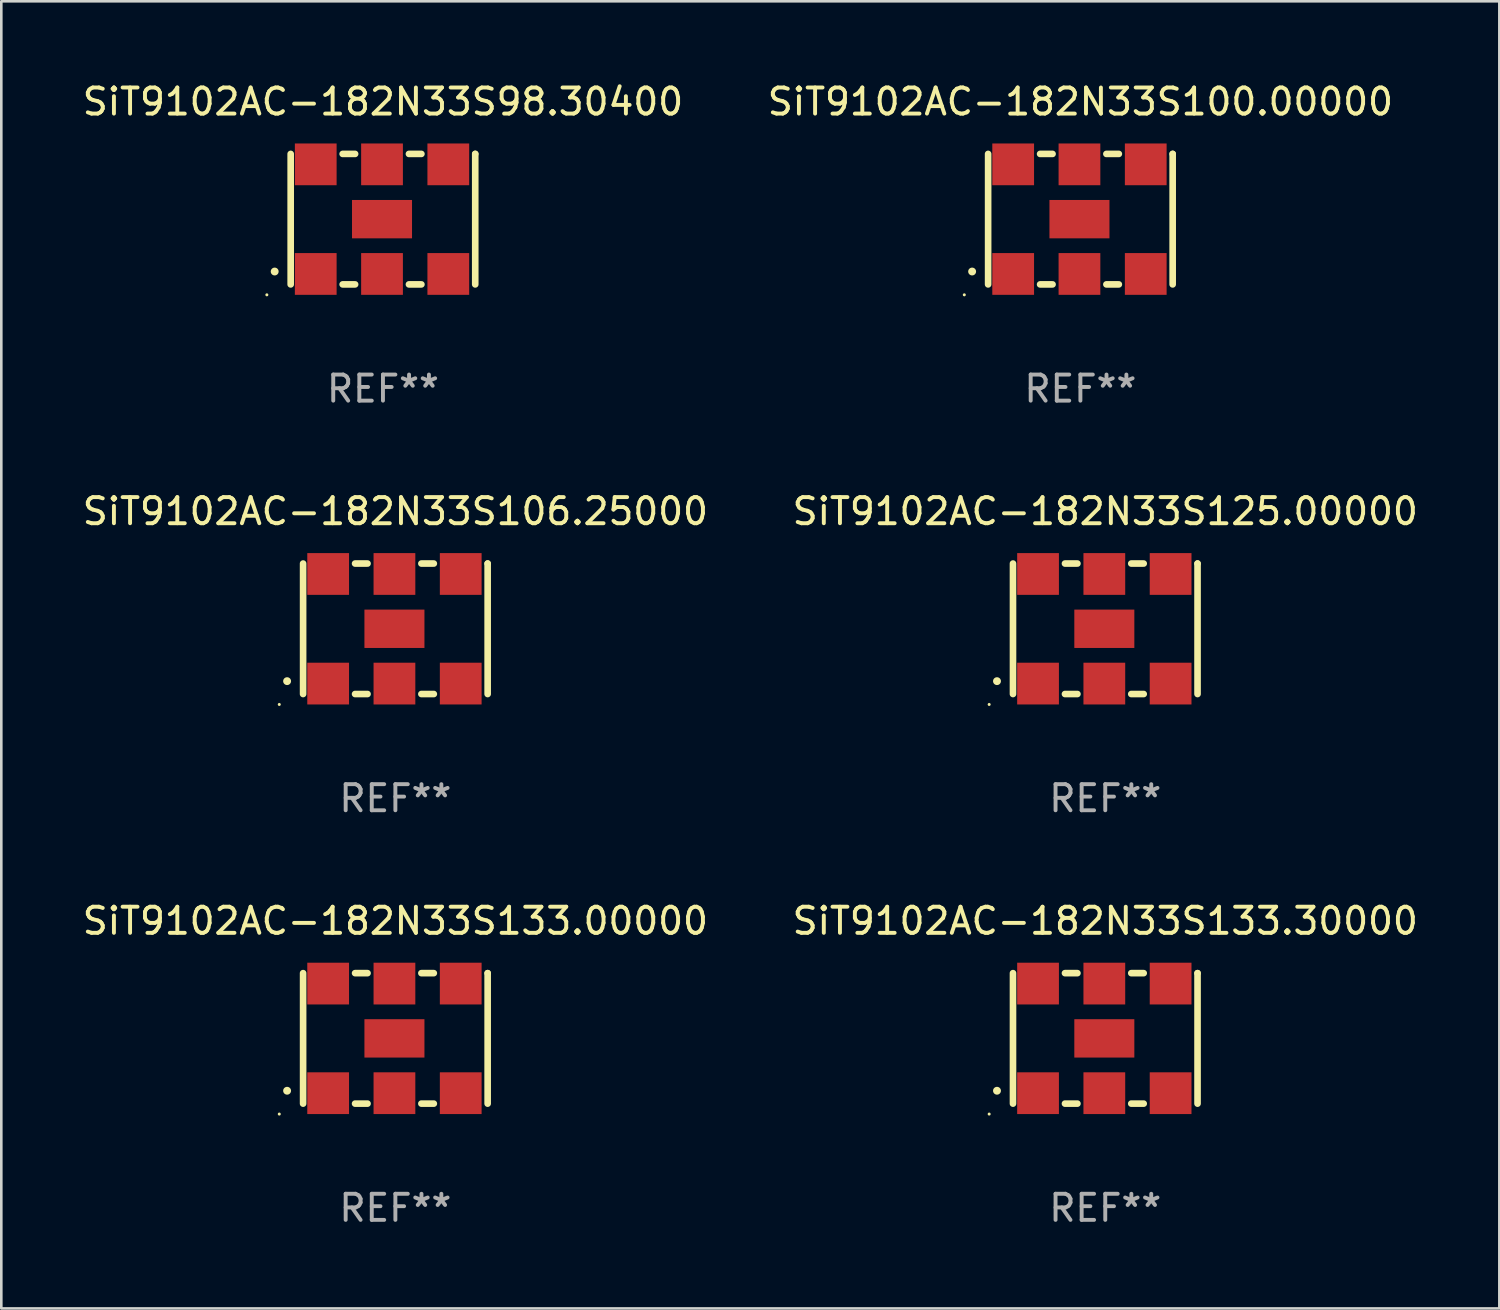
<source format=kicad_pcb>
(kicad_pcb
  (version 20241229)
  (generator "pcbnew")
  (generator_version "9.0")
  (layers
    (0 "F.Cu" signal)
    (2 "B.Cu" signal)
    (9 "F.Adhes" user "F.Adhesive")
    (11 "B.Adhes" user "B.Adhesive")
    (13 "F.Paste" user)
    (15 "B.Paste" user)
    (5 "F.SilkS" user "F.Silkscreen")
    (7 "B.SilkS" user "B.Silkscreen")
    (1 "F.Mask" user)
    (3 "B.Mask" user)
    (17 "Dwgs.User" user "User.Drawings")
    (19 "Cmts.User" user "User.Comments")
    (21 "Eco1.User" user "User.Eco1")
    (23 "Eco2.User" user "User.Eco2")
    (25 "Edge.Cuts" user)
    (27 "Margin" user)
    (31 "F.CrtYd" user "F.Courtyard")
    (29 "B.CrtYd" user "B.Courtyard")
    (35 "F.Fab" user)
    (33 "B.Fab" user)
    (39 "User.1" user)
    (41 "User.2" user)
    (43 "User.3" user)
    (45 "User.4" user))
  (footprint "SiT9102AC-182N33S133.00000"
    (layer "F.Cu")
    (at 12.101 36.741)
    (property "Reference" "SiT9102AC-182N33S133.00000" (at 0 -4.5 0) (layer "F.SilkS") (effects (font (size 1 1) (thickness 0.15))))
    (attr through_hole)
    (fp_line (start -3.536 -2.5) (end -3.536 2.5) (stroke (width 0.254) (type solid)) (layer "F.SilkS"))
    (fp_line (start -1.544 2.5) (end -1.067 2.5) (stroke (width 0.254) (type solid)) (layer "F.SilkS"))
    (fp_line (start -1.067 -2.5) (end -1.544 -2.5) (stroke (width 0.254) (type solid)) (layer "F.SilkS"))
    (fp_line (start 0.996 2.5) (end 1.473 2.5) (stroke (width 0.254) (type solid)) (layer "F.SilkS"))
    (fp_line (start 1.473 -2.5) (end 0.996 -2.5) (stroke (width 0.254) (type solid)) (layer "F.SilkS"))
    (fp_line (start 3.536 -2.5) (end 3.536 -2.5) (stroke (width 0.254) (type solid)) (layer "F.SilkS"))
    (fp_line (start 3.536 2.5) (end 3.536 -2.5) (stroke (width 0.254) (type solid)) (layer "F.SilkS"))
    (fp_arc (start -4.150432 2.006604) (mid -4.149162 2.006599) (end -4.147892 2.006604) (stroke (width 0.3) (type solid)) (layer "F.SilkS"))
    (fp_circle (center -4.449 2.9) (end -4.419 2.9) (stroke (width 0.06) (type solid)) (fill no) (layer "F.SilkS"))
    (fp_text user "REF**" (at 0 6.5 0) (layer "F.Fab") (effects (font (size 1 1) (thickness 0.15))))
    (pad "1" smd rect (at -2.576 2.1) (size 1.6 1.6) (layers "F.Cu" "F.Mask" "F.Paste"))
    (pad "2" smd rect (at -0.036 2.1) (size 1.6 1.6) (layers "F.Cu" "F.Mask" "F.Paste"))
    (pad "3" smd rect (at 2.504 2.1) (size 1.6 1.6) (layers "F.Cu" "F.Mask" "F.Paste"))
    (pad "4" smd rect (at 2.504 -2.1) (size 1.6 1.6) (layers "F.Cu" "F.Mask" "F.Paste"))
    (pad "5" smd rect (at -0.036 -2.1) (size 1.6 1.6) (layers "F.Cu" "F.Mask" "F.Paste"))
    (pad "6" smd rect (at -2.576 -2.1) (size 1.6 1.6) (layers "F.Cu" "F.Mask" "F.Paste"))
    (pad "7" smd rect (at -0.036 0) (size 2.3 1.47) (layers "F.Cu" "F.Mask" "F.Paste")))
  (footprint "SiT9102AC-182N33S100.00000"
    (layer "F.Cu")
    (at 38.351 5.348)
    (property "Reference" "SiT9102AC-182N33S100.00000" (at 0 -4.5 0) (layer "F.SilkS") (effects (font (size 1 1) (thickness 0.15))))
    (attr through_hole)
    (fp_line (start -3.536 -2.5) (end -3.536 2.5) (stroke (width 0.254) (type solid)) (layer "F.SilkS"))
    (fp_line (start -1.544 2.5) (end -1.067 2.5) (stroke (width 0.254) (type solid)) (layer "F.SilkS"))
    (fp_line (start -1.067 -2.5) (end -1.544 -2.5) (stroke (width 0.254) (type solid)) (layer "F.SilkS"))
    (fp_line (start 0.996 2.5) (end 1.473 2.5) (stroke (width 0.254) (type solid)) (layer "F.SilkS"))
    (fp_line (start 1.473 -2.5) (end 0.996 -2.5) (stroke (width 0.254) (type solid)) (layer "F.SilkS"))
    (fp_line (start 3.536 -2.5) (end 3.536 -2.5) (stroke (width 0.254) (type solid)) (layer "F.SilkS"))
    (fp_line (start 3.536 2.5) (end 3.536 -2.5) (stroke (width 0.254) (type solid)) (layer "F.SilkS"))
    (fp_arc (start -4.150432 2.006604) (mid -4.149162 2.006599) (end -4.147892 2.006604) (stroke (width 0.3) (type solid)) (layer "F.SilkS"))
    (fp_circle (center -4.449 2.9) (end -4.419 2.9) (stroke (width 0.06) (type solid)) (fill no) (layer "F.SilkS"))
    (fp_text user "REF**" (at 0 6.5 0) (layer "F.Fab") (effects (font (size 1 1) (thickness 0.15))))
    (pad "1" smd rect (at -2.576 2.1) (size 1.6 1.6) (layers "F.Cu" "F.Mask" "F.Paste"))
    (pad "2" smd rect (at -0.036 2.1) (size 1.6 1.6) (layers "F.Cu" "F.Mask" "F.Paste"))
    (pad "3" smd rect (at 2.504 2.1) (size 1.6 1.6) (layers "F.Cu" "F.Mask" "F.Paste"))
    (pad "4" smd rect (at 2.504 -2.1) (size 1.6 1.6) (layers "F.Cu" "F.Mask" "F.Paste"))
    (pad "5" smd rect (at -0.036 -2.1) (size 1.6 1.6) (layers "F.Cu" "F.Mask" "F.Paste"))
    (pad "6" smd rect (at -2.576 -2.1) (size 1.6 1.6) (layers "F.Cu" "F.Mask" "F.Paste"))
    (pad "7" smd rect (at -0.036 0) (size 2.3 1.47) (layers "F.Cu" "F.Mask" "F.Paste")))
  (footprint "SiT9102AC-182N33S106.25000"
    (layer "F.Cu")
    (at 12.101 21.045)
    (property "Reference" "SiT9102AC-182N33S106.25000" (at 0 -4.5 0) (layer "F.SilkS") (effects (font (size 1 1) (thickness 0.15))))
    (attr through_hole)
    (fp_line (start -3.536 -2.5) (end -3.536 2.5) (stroke (width 0.254) (type solid)) (layer "F.SilkS"))
    (fp_line (start -1.544 2.5) (end -1.067 2.5) (stroke (width 0.254) (type solid)) (layer "F.SilkS"))
    (fp_line (start -1.067 -2.5) (end -1.544 -2.5) (stroke (width 0.254) (type solid)) (layer "F.SilkS"))
    (fp_line (start 0.996 2.5) (end 1.473 2.5) (stroke (width 0.254) (type solid)) (layer "F.SilkS"))
    (fp_line (start 1.473 -2.5) (end 0.996 -2.5) (stroke (width 0.254) (type solid)) (layer "F.SilkS"))
    (fp_line (start 3.536 -2.5) (end 3.536 -2.5) (stroke (width 0.254) (type solid)) (layer "F.SilkS"))
    (fp_line (start 3.536 2.5) (end 3.536 -2.5) (stroke (width 0.254) (type solid)) (layer "F.SilkS"))
    (fp_arc (start -4.150432 2.006604) (mid -4.149162 2.006599) (end -4.147892 2.006604) (stroke (width 0.3) (type solid)) (layer "F.SilkS"))
    (fp_circle (center -4.449 2.9) (end -4.419 2.9) (stroke (width 0.06) (type solid)) (fill no) (layer "F.SilkS"))
    (fp_text user "REF**" (at 0 6.5 0) (layer "F.Fab") (effects (font (size 1 1) (thickness 0.15))))
    (pad "1" smd rect (at -2.576 2.1) (size 1.6 1.6) (layers "F.Cu" "F.Mask" "F.Paste"))
    (pad "2" smd rect (at -0.036 2.1) (size 1.6 1.6) (layers "F.Cu" "F.Mask" "F.Paste"))
    (pad "3" smd rect (at 2.504 2.1) (size 1.6 1.6) (layers "F.Cu" "F.Mask" "F.Paste"))
    (pad "4" smd rect (at 2.504 -2.1) (size 1.6 1.6) (layers "F.Cu" "F.Mask" "F.Paste"))
    (pad "5" smd rect (at -0.036 -2.1) (size 1.6 1.6) (layers "F.Cu" "F.Mask" "F.Paste"))
    (pad "6" smd rect (at -2.576 -2.1) (size 1.6 1.6) (layers "F.Cu" "F.Mask" "F.Paste"))
    (pad "7" smd rect (at -0.036 0) (size 2.3 1.47) (layers "F.Cu" "F.Mask" "F.Paste")))
  (footprint "SiT9102AC-182N33S125.00000"
    (layer "F.Cu")
    (at 39.304 21.045)
    (property "Reference" "SiT9102AC-182N33S125.00000" (at 0 -4.5 0) (layer "F.SilkS") (effects (font (size 1 1) (thickness 0.15))))
    (attr through_hole)
    (fp_line (start -3.536 -2.5) (end -3.536 2.5) (stroke (width 0.254) (type solid)) (layer "F.SilkS"))
    (fp_line (start -1.544 2.5) (end -1.067 2.5) (stroke (width 0.254) (type solid)) (layer "F.SilkS"))
    (fp_line (start -1.067 -2.5) (end -1.544 -2.5) (stroke (width 0.254) (type solid)) (layer "F.SilkS"))
    (fp_line (start 0.996 2.5) (end 1.473 2.5) (stroke (width 0.254) (type solid)) (layer "F.SilkS"))
    (fp_line (start 1.473 -2.5) (end 0.996 -2.5) (stroke (width 0.254) (type solid)) (layer "F.SilkS"))
    (fp_line (start 3.536 -2.5) (end 3.536 -2.5) (stroke (width 0.254) (type solid)) (layer "F.SilkS"))
    (fp_line (start 3.536 2.5) (end 3.536 -2.5) (stroke (width 0.254) (type solid)) (layer "F.SilkS"))
    (fp_arc (start -4.150432 2.006604) (mid -4.149162 2.006599) (end -4.147892 2.006604) (stroke (width 0.3) (type solid)) (layer "F.SilkS"))
    (fp_circle (center -4.449 2.9) (end -4.419 2.9) (stroke (width 0.06) (type solid)) (fill no) (layer "F.SilkS"))
    (fp_text user "REF**" (at 0 6.5 0) (layer "F.Fab") (effects (font (size 1 1) (thickness 0.15))))
    (pad "1" smd rect (at -2.576 2.1) (size 1.6 1.6) (layers "F.Cu" "F.Mask" "F.Paste"))
    (pad "2" smd rect (at -0.036 2.1) (size 1.6 1.6) (layers "F.Cu" "F.Mask" "F.Paste"))
    (pad "3" smd rect (at 2.504 2.1) (size 1.6 1.6) (layers "F.Cu" "F.Mask" "F.Paste"))
    (pad "4" smd rect (at 2.504 -2.1) (size 1.6 1.6) (layers "F.Cu" "F.Mask" "F.Paste"))
    (pad "5" smd rect (at -0.036 -2.1) (size 1.6 1.6) (layers "F.Cu" "F.Mask" "F.Paste"))
    (pad "6" smd rect (at -2.576 -2.1) (size 1.6 1.6) (layers "F.Cu" "F.Mask" "F.Paste"))
    (pad "7" smd rect (at -0.036 0) (size 2.3 1.47) (layers "F.Cu" "F.Mask" "F.Paste")))
  (footprint "SiT9102AC-182N33S133.30000"
    (layer "F.Cu")
    (at 39.304 36.741)
    (property "Reference" "SiT9102AC-182N33S133.30000" (at 0 -4.5 0) (layer "F.SilkS") (effects (font (size 1 1) (thickness 0.15))))
    (attr through_hole)
    (fp_line (start -3.536 -2.5) (end -3.536 2.5) (stroke (width 0.254) (type solid)) (layer "F.SilkS"))
    (fp_line (start -1.544 2.5) (end -1.067 2.5) (stroke (width 0.254) (type solid)) (layer "F.SilkS"))
    (fp_line (start -1.067 -2.5) (end -1.544 -2.5) (stroke (width 0.254) (type solid)) (layer "F.SilkS"))
    (fp_line (start 0.996 2.5) (end 1.473 2.5) (stroke (width 0.254) (type solid)) (layer "F.SilkS"))
    (fp_line (start 1.473 -2.5) (end 0.996 -2.5) (stroke (width 0.254) (type solid)) (layer "F.SilkS"))
    (fp_line (start 3.536 -2.5) (end 3.536 -2.5) (stroke (width 0.254) (type solid)) (layer "F.SilkS"))
    (fp_line (start 3.536 2.5) (end 3.536 -2.5) (stroke (width 0.254) (type solid)) (layer "F.SilkS"))
    (fp_arc (start -4.150432 2.006604) (mid -4.149162 2.006599) (end -4.147892 2.006604) (stroke (width 0.3) (type solid)) (layer "F.SilkS"))
    (fp_circle (center -4.449 2.9) (end -4.419 2.9) (stroke (width 0.06) (type solid)) (fill no) (layer "F.SilkS"))
    (fp_text user "REF**" (at 0 6.5 0) (layer "F.Fab") (effects (font (size 1 1) (thickness 0.15))))
    (pad "1" smd rect (at -2.576 2.1) (size 1.6 1.6) (layers "F.Cu" "F.Mask" "F.Paste"))
    (pad "2" smd rect (at -0.036 2.1) (size 1.6 1.6) (layers "F.Cu" "F.Mask" "F.Paste"))
    (pad "3" smd rect (at 2.504 2.1) (size 1.6 1.6) (layers "F.Cu" "F.Mask" "F.Paste"))
    (pad "4" smd rect (at 2.504 -2.1) (size 1.6 1.6) (layers "F.Cu" "F.Mask" "F.Paste"))
    (pad "5" smd rect (at -0.036 -2.1) (size 1.6 1.6) (layers "F.Cu" "F.Mask" "F.Paste"))
    (pad "6" smd rect (at -2.576 -2.1) (size 1.6 1.6) (layers "F.Cu" "F.Mask" "F.Paste"))
    (pad "7" smd rect (at -0.036 0) (size 2.3 1.47) (layers "F.Cu" "F.Mask" "F.Paste")))
  (footprint "SiT9102AC-182N33S98.30400"
    (layer "F.Cu")
    (at 11.625 5.348)
    (property "Reference" "SiT9102AC-182N33S98.30400" (at 0 -4.5 0) (layer "F.SilkS") (effects (font (size 1 1) (thickness 0.15))))
    (attr through_hole)
    (fp_line (start -3.536 -2.5) (end -3.536 2.5) (stroke (width 0.254) (type solid)) (layer "F.SilkS"))
    (fp_line (start -1.544 2.5) (end -1.067 2.5) (stroke (width 0.254) (type solid)) (layer "F.SilkS"))
    (fp_line (start -1.067 -2.5) (end -1.544 -2.5) (stroke (width 0.254) (type solid)) (layer "F.SilkS"))
    (fp_line (start 0.996 2.5) (end 1.473 2.5) (stroke (width 0.254) (type solid)) (layer "F.SilkS"))
    (fp_line (start 1.473 -2.5) (end 0.996 -2.5) (stroke (width 0.254) (type solid)) (layer "F.SilkS"))
    (fp_line (start 3.536 -2.5) (end 3.536 -2.5) (stroke (width 0.254) (type solid)) (layer "F.SilkS"))
    (fp_line (start 3.536 2.5) (end 3.536 -2.5) (stroke (width 0.254) (type solid)) (layer "F.SilkS"))
    (fp_arc (start -4.150432 2.006604) (mid -4.149162 2.006599) (end -4.147892 2.006604) (stroke (width 0.3) (type solid)) (layer "F.SilkS"))
    (fp_circle (center -4.449 2.9) (end -4.419 2.9) (stroke (width 0.06) (type solid)) (fill no) (layer "F.SilkS"))
    (fp_text user "REF**" (at 0 6.5 0) (layer "F.Fab") (effects (font (size 1 1) (thickness 0.15))))
    (pad "1" smd rect (at -2.576 2.1) (size 1.6 1.6) (layers "F.Cu" "F.Mask" "F.Paste"))
    (pad "2" smd rect (at -0.036 2.1) (size 1.6 1.6) (layers "F.Cu" "F.Mask" "F.Paste"))
    (pad "3" smd rect (at 2.504 2.1) (size 1.6 1.6) (layers "F.Cu" "F.Mask" "F.Paste"))
    (pad "4" smd rect (at 2.504 -2.1) (size 1.6 1.6) (layers "F.Cu" "F.Mask" "F.Paste"))
    (pad "5" smd rect (at -0.036 -2.1) (size 1.6 1.6) (layers "F.Cu" "F.Mask" "F.Paste"))
    (pad "6" smd rect (at -2.576 -2.1) (size 1.6 1.6) (layers "F.Cu" "F.Mask" "F.Paste"))
    (pad "7" smd rect (at -0.036 0) (size 2.3 1.47) (layers "F.Cu" "F.Mask" "F.Paste")))
  (gr_rect
    (start -3 -3)
    (end 54.405 47.09)
    (stroke (width 0.1) (type default))
    (fill no)
    (layer "Edge.Cuts")))
</source>
